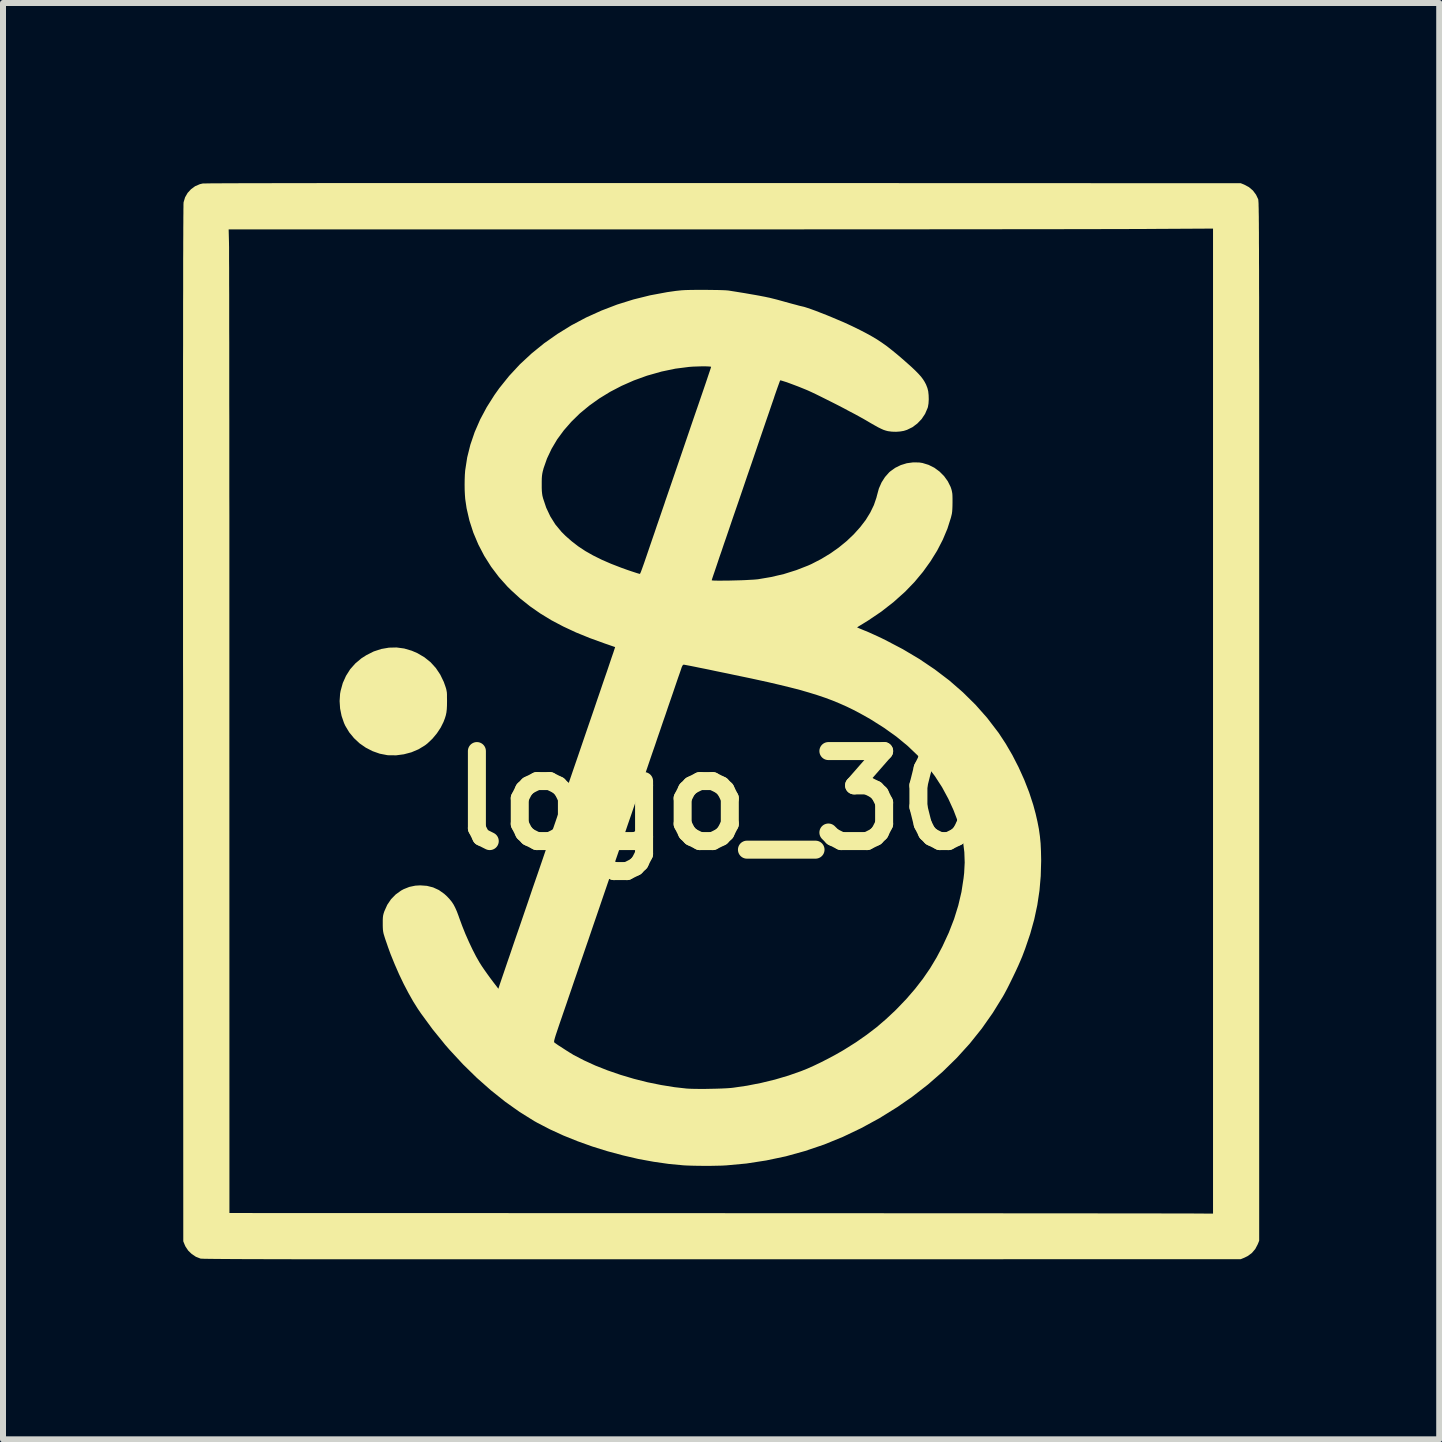
<source format=kicad_pcb>
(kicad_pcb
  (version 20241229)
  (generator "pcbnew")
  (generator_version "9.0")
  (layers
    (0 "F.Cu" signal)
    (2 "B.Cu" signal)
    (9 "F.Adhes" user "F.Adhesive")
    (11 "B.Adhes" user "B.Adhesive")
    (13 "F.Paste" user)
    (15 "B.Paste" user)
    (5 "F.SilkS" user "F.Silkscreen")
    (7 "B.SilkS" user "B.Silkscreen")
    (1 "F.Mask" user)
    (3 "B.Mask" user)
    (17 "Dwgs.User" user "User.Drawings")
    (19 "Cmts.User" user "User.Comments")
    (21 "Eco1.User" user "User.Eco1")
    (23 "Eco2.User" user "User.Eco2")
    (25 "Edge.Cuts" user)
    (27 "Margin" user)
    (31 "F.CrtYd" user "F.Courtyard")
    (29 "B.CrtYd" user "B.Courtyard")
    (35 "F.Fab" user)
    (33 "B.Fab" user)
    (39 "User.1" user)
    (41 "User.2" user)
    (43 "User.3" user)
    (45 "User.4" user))
  (footprint "logo_30"
    (layer "F.Cu")
    (at 8.968 10.287)
    (property "Reference" "logo_30" (at 0 0 0) (layer "F.SilkS") (effects (font (size 1.5 1.5) (thickness 0.3))))
    (attr board_only exclude_from_pos_files exclude_from_bom)
    (fp_poly (pts (xy -5.283 -2.531) (xy -5.157 -2.494) (xy -5.062 -2.453) (xy -4.945 -2.384) (xy -4.843 -2.302) (xy -4.755 -2.205) (xy -4.682 -2.096) (xy -4.623 -1.974) (xy -4.607 -1.929) (xy -4.593 -1.889) (xy -4.583 -1.857) (xy -4.577 -1.828) (xy -4.572 -1.799) (xy -4.57 -1.763) (xy -4.57 -1.718) (xy -4.569 -1.657) (xy -4.569 -1.657) (xy -4.57 -1.58) (xy -4.573 -1.519) (xy -4.579 -1.466) (xy -4.589 -1.418) (xy -4.604 -1.369) (xy -4.625 -1.314) (xy -4.627 -1.308) (xy -4.675 -1.212) (xy -4.738 -1.117) (xy -4.812 -1.028) (xy -4.894 -0.95) (xy -4.938 -0.916) (xy -5.045 -0.851) (xy -5.163 -0.801) (xy -5.288 -0.768) (xy -5.416 -0.751) (xy -5.543 -0.752) (xy -5.566 -0.754) (xy -5.69 -0.778) (xy -5.809 -0.82) (xy -5.922 -0.878) (xy -6.026 -0.95) (xy -6.119 -1.037) (xy -6.199 -1.134) (xy -6.264 -1.242) (xy -6.286 -1.29) (xy -6.326 -1.407) (xy -6.351 -1.531) (xy -6.359 -1.656) (xy -6.351 -1.777) (xy -6.342 -1.826) (xy -6.306 -1.956) (xy -6.252 -2.076) (xy -6.183 -2.185) (xy -6.097 -2.282) (xy -5.996 -2.367) (xy -5.913 -2.42) (xy -5.79 -2.482) (xy -5.664 -2.523) (xy -5.537 -2.545) (xy -5.41 -2.548)) (stroke (width 0) (type solid)) (fill yes) (layer "F.SilkS"))
    (fp_poly (pts (xy -2.582 -10.287) (xy -2.087 -10.287) (xy -1.573 -10.287) (xy -1.039 -10.287) (xy -0.485 -10.287) (xy 0.035 -10.287) (xy 8.657 -10.284) (xy 8.714 -10.261) (xy 8.793 -10.219) (xy 8.86 -10.162) (xy 8.912 -10.092) (xy 8.947 -10.018) (xy 8.948 -10.014) (xy 8.949 -10.01) (xy 8.95 -10.003) (xy 8.95 -9.995) (xy 8.951 -9.985) (xy 8.952 -9.972) (xy 8.953 -9.956) (xy 8.954 -9.936) (xy 8.954 -9.913) (xy 8.955 -9.885) (xy 8.956 -9.852) (xy 8.956 -9.815) (xy 8.957 -9.772) (xy 8.958 -9.723) (xy 8.958 -9.668) (xy 8.959 -9.607) (xy 8.959 -9.538) (xy 8.96 -9.462) (xy 8.96 -9.378) (xy 8.96 -9.286) (xy 8.961 -9.186) (xy 8.961 -9.077) (xy 8.961 -8.958) (xy 8.962 -8.83) (xy 8.962 -8.691) (xy 8.962 -8.542) (xy 8.963 -8.382) (xy 8.963 -8.211) (xy 8.963 -8.028) (xy 8.963 -7.834) (xy 8.963 -7.626) (xy 8.963 -7.406) (xy 8.964 -7.173) (xy 8.964 -6.926) (xy 8.964 -6.665) (xy 8.964 -6.39) (xy 8.964 -6.1) (xy 8.964 -5.794) (xy 8.964 -5.474) (xy 8.964 -5.137) (xy 8.964 -4.784) (xy 8.964 -4.414) (xy 8.964 -4.027) (xy 8.964 -3.623) (xy 8.964 -3.2) (xy 8.964 -2.76) (xy 8.964 -2.3) (xy 8.964 -1.822) (xy 8.964 -1.324) (xy 8.964 -1.315) (xy 8.964 7.337) (xy 8.941 7.395) (xy 8.899 7.475) (xy 8.843 7.541) (xy 8.773 7.593) (xy 8.714 7.622) (xy 8.657 7.645) (xy 0.015 7.647) (xy -0.489 7.647) (xy -0.974 7.647) (xy -1.439 7.647) (xy -1.886 7.647) (xy -2.314 7.647) (xy -2.724 7.647) (xy -3.117 7.647) (xy -3.492 7.647) (xy -3.851 7.647) (xy -4.193 7.647) (xy -4.519 7.647) (xy -4.829 7.647) (xy -5.124 7.647) (xy -5.404 7.647) (xy -5.669 7.647) (xy -5.921 7.647) (xy -6.158 7.647) (xy -6.381 7.646) (xy -6.592 7.646) (xy -6.79 7.646) (xy -6.975 7.646) (xy -7.149 7.646) (xy -7.31 7.645) (xy -7.461 7.645) (xy -7.6 7.645) (xy -7.73 7.644) (xy -7.849 7.644) (xy -7.958 7.644) (xy -8.058 7.643) (xy -8.148 7.643) (xy -8.23 7.642) (xy -8.304 7.642) (xy -8.37 7.641) (xy -8.429 7.641) (xy -8.48 7.64) (xy -8.524 7.64) (xy -8.562 7.639) (xy -8.594 7.639) (xy -8.621 7.638) (xy -8.642 7.637) (xy -8.658 7.636) (xy -8.67 7.636) (xy -8.677 7.635) (xy -8.68 7.634) (xy -8.754 7.605) (xy -8.823 7.559) (xy -8.882 7.502) (xy -8.927 7.435) (xy -8.941 7.404) (xy -8.964 7.347) (xy -8.967 -1.28) (xy -8.967 -1.812) (xy -8.968 -2.324) (xy -8.968 -2.816) (xy -8.968 -3.29) (xy -8.968 -3.745) (xy -8.968 -4.181) (xy -8.968 -4.599) (xy -8.968 -4.999) (xy -8.968 -5.382) (xy -8.968 -5.747) (xy -8.968 -6.094) (xy -8.968 -6.425) (xy -8.968 -6.739) (xy -8.968 -7.037) (xy -8.968 -7.318) (xy -8.967 -7.584) (xy -8.967 -7.834) (xy -8.967 -8.068) (xy -8.967 -8.288) (xy -8.966 -8.493) (xy -8.966 -8.683) (xy -8.966 -8.859) (xy -8.966 -9.021) (xy -8.965 -9.169) (xy -8.965 -9.303) (xy -8.964 -9.424) (xy -8.964 -9.515) (xy -8.208 -9.515) (xy -8.202 -9.284) (xy -8.202 -9.263) (xy -8.201 -9.222) (xy -8.201 -9.162) (xy -8.201 -9.084) (xy -8.201 -8.988) (xy -8.2 -8.875) (xy -8.2 -8.745) (xy -8.2 -8.598) (xy -8.199 -8.436) (xy -8.199 -8.257) (xy -8.199 -8.064) (xy -8.199 -7.857) (xy -8.198 -7.635) (xy -8.198 -7.4) (xy -8.198 -7.152) (xy -8.198 -6.891) (xy -8.198 -6.619) (xy -8.197 -6.334) (xy -8.197 -6.039) (xy -8.197 -5.733) (xy -8.197 -5.417) (xy -8.197 -5.091) (xy -8.196 -4.757) (xy -8.196 -4.413) (xy -8.196 -4.062) (xy -8.196 -3.703) (xy -8.196 -3.336) (xy -8.196 -2.963) (xy -8.196 -2.584) (xy -8.196 -2.199) (xy -8.196 -1.808) (xy -8.196 -1.413) (xy -8.196 -1.089) (xy -8.195 6.876) (xy -0.444 6.878) (xy -0.049 6.878) (xy 0.341 6.879) (xy 0.728 6.879) (xy 1.109 6.879) (xy 1.486 6.879) (xy 1.856 6.879) (xy 2.22 6.879) (xy 2.577 6.879) (xy 2.927 6.88) (xy 3.268 6.88) (xy 3.602 6.88) (xy 3.926 6.88) (xy 4.241 6.88) (xy 4.546 6.88) (xy 4.84 6.881) (xy 5.124 6.881) (xy 5.396 6.881) (xy 5.655 6.881) (xy 5.903 6.881) (xy 6.137 6.881) (xy 6.358 6.882) (xy 6.565 6.882) (xy 6.757 6.882) (xy 6.934 6.882) (xy 7.095 6.882) (xy 7.24 6.882) (xy 7.369 6.883) (xy 7.48 6.883) (xy 7.574 6.883) (xy 7.65 6.883) (xy 7.707 6.883) (xy 7.745 6.883) (xy 7.751 6.883) (xy 8.195 6.886) (xy 8.195 -1.321) (xy 8.195 -9.528) (xy 7.112 -9.522) (xy 7.043 -9.521) (xy 6.956 -9.521) (xy 6.85 -9.521) (xy 6.725 -9.52) (xy 6.584 -9.52) (xy 6.425 -9.52) (xy 6.25 -9.519) (xy 6.06 -9.519) (xy 5.855 -9.519) (xy 5.635 -9.518) (xy 5.401 -9.518) (xy 5.154 -9.518) (xy 4.895 -9.518) (xy 4.623 -9.517) (xy 4.341 -9.517) (xy 4.047 -9.517) (xy 3.743 -9.517) (xy 3.429 -9.516) (xy 3.107 -9.516) (xy 2.776 -9.516) (xy 2.437 -9.516) (xy 2.091 -9.516) (xy 1.738 -9.516) (xy 1.38 -9.515) (xy 1.016 -9.515) (xy 0.647 -9.515) (xy 0.274 -9.515) (xy -0.103 -9.515) (xy -0.482 -9.515) (xy -0.864 -9.515) (xy -1.09 -9.515) (xy -8.208 -9.515) (xy -8.964 -9.515) (xy -8.964 -9.533) (xy -8.963 -9.628) (xy -8.963 -9.711) (xy -8.962 -9.782) (xy -8.962 -9.841) (xy -8.961 -9.889) (xy -8.961 -9.925) (xy -8.96 -9.949) (xy -8.959 -9.963) (xy -8.959 -9.966) (xy -8.934 -10.049) (xy -8.892 -10.122) (xy -8.835 -10.184) (xy -8.767 -10.234) (xy -8.688 -10.268) (xy -8.642 -10.279) (xy -8.629 -10.28) (xy -8.597 -10.28) (xy -8.546 -10.281) (xy -8.476 -10.282) (xy -8.388 -10.282) (xy -8.28 -10.283) (xy -8.153 -10.283) (xy -8.008 -10.284) (xy -7.843 -10.284) (xy -7.659 -10.284) (xy -7.456 -10.285) (xy -7.233 -10.285) (xy -6.992 -10.285) (xy -6.731 -10.286) (xy -6.451 -10.286) (xy -6.152 -10.286) (xy -5.833 -10.286) (xy -5.495 -10.287) (xy -5.137 -10.287) (xy -4.76 -10.287) (xy -4.364 -10.287) (xy -3.948 -10.287) (xy -3.512 -10.287) (xy -3.057 -10.287)) (stroke (width 0) (type solid)) (fill yes) (layer "F.SilkS"))
    (fp_poly (pts (xy -0.278 -8.507) (xy -0.195 -8.506) (xy -0.116 -8.505) (xy -0.044 -8.504) (xy 0.02 -8.502) (xy 0.071 -8.5) (xy 0.106 -8.497) (xy 0.119 -8.496) (xy 0.207 -8.482) (xy 0.3 -8.467) (xy 0.393 -8.452) (xy 0.484 -8.436) (xy 0.566 -8.422) (xy 0.638 -8.409) (xy 0.694 -8.398) (xy 0.695 -8.398) (xy 0.736 -8.39) (xy 0.772 -8.382) (xy 0.807 -8.375) (xy 0.842 -8.366) (xy 0.883 -8.356) (xy 0.93 -8.344) (xy 0.988 -8.328) (xy 1.06 -8.308) (xy 1.136 -8.287) (xy 1.195 -8.271) (xy 1.249 -8.257) (xy 1.295 -8.244) (xy 1.328 -8.236) (xy 1.346 -8.232) (xy 1.384 -8.223) (xy 1.437 -8.206) (xy 1.504 -8.183) (xy 1.581 -8.155) (xy 1.665 -8.122) (xy 1.755 -8.087) (xy 1.847 -8.049) (xy 1.939 -8.01) (xy 2.029 -7.972) (xy 2.113 -7.934) (xy 2.19 -7.898) (xy 2.198 -7.894) (xy 2.316 -7.836) (xy 2.42 -7.782) (xy 2.512 -7.731) (xy 2.596 -7.681) (xy 2.676 -7.628) (xy 2.756 -7.571) (xy 2.838 -7.507) (xy 2.928 -7.434) (xy 3.011 -7.363) (xy 3.1 -7.285) (xy 3.175 -7.218) (xy 3.237 -7.159) (xy 3.288 -7.107) (xy 3.33 -7.06) (xy 3.363 -7.016) (xy 3.39 -6.973) (xy 3.413 -6.929) (xy 3.431 -6.883) (xy 3.435 -6.873) (xy 3.449 -6.818) (xy 3.456 -6.752) (xy 3.458 -6.682) (xy 3.454 -6.614) (xy 3.444 -6.555) (xy 3.439 -6.539) (xy 3.397 -6.441) (xy 3.339 -6.354) (xy 3.268 -6.28) (xy 3.187 -6.219) (xy 3.095 -6.174) (xy 3.041 -6.157) (xy 2.982 -6.147) (xy 2.914 -6.142) (xy 2.844 -6.144) (xy 2.782 -6.152) (xy 2.776 -6.153) (xy 2.742 -6.162) (xy 2.705 -6.174) (xy 2.663 -6.193) (xy 2.614 -6.217) (xy 2.555 -6.25) (xy 2.483 -6.291) (xy 2.436 -6.319) (xy 2.379 -6.352) (xy 2.309 -6.391) (xy 2.227 -6.436) (xy 2.137 -6.483) (xy 2.042 -6.534) (xy 1.944 -6.585) (xy 1.845 -6.635) (xy 1.749 -6.683) (xy 1.659 -6.728) (xy 1.576 -6.769) (xy 1.504 -6.803) (xy 1.445 -6.83) (xy 1.424 -6.839) (xy 1.353 -6.868) (xy 1.281 -6.897) (xy 1.212 -6.923) (xy 1.148 -6.947) (xy 1.091 -6.968) (xy 1.043 -6.983) (xy 1.008 -6.994) (xy 0.987 -6.999) (xy 0.982 -6.998) (xy 0.977 -6.987) (xy 0.967 -6.959) (xy 0.952 -6.918) (xy 0.933 -6.865) (xy 0.911 -6.802) (xy 0.887 -6.733) (xy 0.879 -6.707) (xy 0.842 -6.6) (xy 0.799 -6.474) (xy 0.75 -6.332) (xy 0.696 -6.174) (xy 0.637 -6.002) (xy 0.574 -5.816) (xy 0.506 -5.617) (xy 0.433 -5.406) (xy 0.358 -5.185) (xy 0.279 -4.954) (xy 0.196 -4.714) (xy 0.125 -4.505) (xy 0.083 -4.382) (xy 0.042 -4.264) (xy 0.005 -4.153) (xy -0.031 -4.05) (xy -0.062 -3.957) (xy -0.09 -3.874) (xy -0.114 -3.803) (xy -0.134 -3.745) (xy -0.148 -3.703) (xy -0.156 -3.677) (xy -0.159 -3.668) (xy -0.149 -3.665) (xy -0.123 -3.663) (xy -0.081 -3.662) (xy -0.027 -3.661) (xy 0.036 -3.662) (xy 0.106 -3.662) (xy 0.181 -3.664) (xy 0.258 -3.666) (xy 0.335 -3.668) (xy 0.408 -3.671) (xy 0.476 -3.675) (xy 0.535 -3.678) (xy 0.584 -3.682) (xy 0.614 -3.685) (xy 0.831 -3.722) (xy 1.045 -3.772) (xy 1.252 -3.837) (xy 1.447 -3.913) (xy 1.505 -3.939) (xy 1.664 -4.021) (xy 1.816 -4.113) (xy 1.958 -4.213) (xy 2.089 -4.32) (xy 2.209 -4.434) (xy 2.315 -4.552) (xy 2.408 -4.673) (xy 2.484 -4.797) (xy 2.544 -4.921) (xy 2.586 -5.044) (xy 2.595 -5.08) (xy 2.627 -5.197) (xy 2.672 -5.299) (xy 2.729 -5.388) (xy 2.799 -5.467) (xy 2.819 -5.484) (xy 2.9 -5.542) (xy 2.992 -5.587) (xy 3.092 -5.618) (xy 3.195 -5.632) (xy 3.297 -5.631) (xy 3.354 -5.622) (xy 3.455 -5.591) (xy 3.551 -5.543) (xy 3.637 -5.48) (xy 3.713 -5.404) (xy 3.775 -5.318) (xy 3.822 -5.224) (xy 3.831 -5.198) (xy 3.84 -5.168) (xy 3.846 -5.14) (xy 3.851 -5.11) (xy 3.853 -5.074) (xy 3.854 -5.027) (xy 3.854 -4.966) (xy 3.853 -4.902) (xy 3.851 -4.852) (xy 3.848 -4.811) (xy 3.843 -4.775) (xy 3.834 -4.738) (xy 3.827 -4.71) (xy 3.769 -4.527) (xy 3.692 -4.344) (xy 3.598 -4.162) (xy 3.487 -3.983) (xy 3.362 -3.809) (xy 3.223 -3.642) (xy 3.071 -3.484) (xy 3.064 -3.477) (xy 2.873 -3.306) (xy 2.667 -3.145) (xy 2.448 -2.997) (xy 2.359 -2.942) (xy 2.321 -2.919) (xy 2.29 -2.9) (xy 2.27 -2.887) (xy 2.264 -2.882) (xy 2.274 -2.878) (xy 2.299 -2.867) (xy 2.335 -2.852) (xy 2.381 -2.833) (xy 2.406 -2.823) (xy 2.461 -2.8) (xy 2.527 -2.77) (xy 2.6 -2.737) (xy 2.672 -2.703) (xy 2.733 -2.673) (xy 3.025 -2.52) (xy 3.301 -2.356) (xy 3.559 -2.182) (xy 3.802 -1.997) (xy 4.027 -1.801) (xy 4.237 -1.594) (xy 4.43 -1.376) (xy 4.606 -1.146) (xy 4.622 -1.125) (xy 4.739 -0.947) (xy 4.851 -0.755) (xy 4.955 -0.552) (xy 5.049 -0.344) (xy 5.131 -0.134) (xy 5.199 0.074) (xy 5.239 0.222) (xy 5.269 0.353) (xy 5.293 0.476) (xy 5.31 0.596) (xy 5.322 0.717) (xy 5.328 0.846) (xy 5.331 0.988) (xy 5.331 1.012) (xy 5.324 1.261) (xy 5.303 1.503) (xy 5.267 1.743) (xy 5.216 1.982) (xy 5.149 2.223) (xy 5.065 2.47) (xy 5.016 2.6) (xy 4.986 2.671) (xy 4.949 2.756) (xy 4.906 2.849) (xy 4.86 2.945) (xy 4.813 3.041) (xy 4.768 3.131) (xy 4.725 3.212) (xy 4.693 3.269) (xy 4.525 3.541) (xy 4.341 3.803) (xy 4.14 4.054) (xy 3.923 4.293) (xy 3.69 4.521) (xy 3.442 4.737) (xy 3.179 4.941) (xy 2.932 5.112) (xy 2.634 5.297) (xy 2.331 5.462) (xy 2.025 5.608) (xy 1.714 5.735) (xy 1.398 5.842) (xy 1.077 5.931) (xy 0.75 6) (xy 0.419 6.051) (xy 0.084 6.082) (xy 0.009 6.086) (xy -0.082 6.088) (xy -0.182 6.09) (xy -0.287 6.09) (xy -0.39 6.089) (xy -0.489 6.087) (xy -0.576 6.084) (xy -0.63 6.081) (xy -0.874 6.058) (xy -1.125 6.022) (xy -1.382 5.975) (xy -1.639 5.915) (xy -1.896 5.846) (xy -2.149 5.767) (xy -2.395 5.679) (xy -2.631 5.584) (xy -2.855 5.481) (xy -3.063 5.373) (xy -3.115 5.344) (xy -3.359 5.192) (xy -3.6 5.021) (xy -3.838 4.831) (xy -4.072 4.624) (xy -4.302 4.399) (xy -4.526 4.157) (xy -4.602 4.07) (xy -4.642 4.02) (xy -2.785 4.02) (xy -2.784 4.029) (xy -2.781 4.034) (xy -2.78 4.035) (xy -2.755 4.053) (xy -2.718 4.079) (xy -2.671 4.109) (xy -2.62 4.142) (xy -2.569 4.175) (xy -2.521 4.205) (xy -2.481 4.229) (xy -2.466 4.239) (xy -2.289 4.331) (xy -2.097 4.419) (xy -1.891 4.5) (xy -1.676 4.574) (xy -1.454 4.64) (xy -1.228 4.697) (xy -1.001 4.743) (xy -0.778 4.779) (xy -0.575 4.802) (xy -0.519 4.805) (xy -0.446 4.807) (xy -0.362 4.808) (xy -0.27 4.808) (xy -0.174 4.806) (xy -0.079 4.804) (xy 0.011 4.801) (xy 0.093 4.797) (xy 0.161 4.792) (xy 0.198 4.788) (xy 0.431 4.754) (xy 0.665 4.708) (xy 0.896 4.652) (xy 1.119 4.586) (xy 1.33 4.512) (xy 1.437 4.469) (xy 1.546 4.42) (xy 1.665 4.363) (xy 1.788 4.3) (xy 1.909 4.235) (xy 2.023 4.17) (xy 2.056 4.15) (xy 2.248 4.029) (xy 2.424 3.906) (xy 2.589 3.78) (xy 2.745 3.646) (xy 2.898 3.503) (xy 2.923 3.478) (xy 3.085 3.309) (xy 3.23 3.141) (xy 3.361 2.972) (xy 3.48 2.799) (xy 3.589 2.617) (xy 3.685 2.435) (xy 3.792 2.204) (xy 3.88 1.977) (xy 3.95 1.751) (xy 4.003 1.526) (xy 4.038 1.298) (xy 4.048 1.21) (xy 4.057 1.035) (xy 4.051 0.863) (xy 4.03 0.692) (xy 3.993 0.52) (xy 3.94 0.344) (xy 3.871 0.163) (xy 3.785 -0.025) (xy 3.679 -0.221) (xy 3.559 -0.406) (xy 3.423 -0.583) (xy 3.271 -0.751) (xy 3.103 -0.911) (xy 2.918 -1.063) (xy 2.715 -1.208) (xy 2.494 -1.348) (xy 2.433 -1.383) (xy 2.317 -1.448) (xy 2.203 -1.508) (xy 2.09 -1.563) (xy 1.975 -1.614) (xy 1.857 -1.663) (xy 1.734 -1.709) (xy 1.604 -1.753) (xy 1.465 -1.796) (xy 1.316 -1.839) (xy 1.154 -1.881) (xy 0.978 -1.924) (xy 0.786 -1.969) (xy 0.585 -2.013) (xy 0.503 -2.031) (xy 0.412 -2.05) (xy 0.316 -2.07) (xy 0.215 -2.091) (xy 0.112 -2.113) (xy 0.009 -2.134) (xy -0.093 -2.155) (xy -0.191 -2.176) (xy -0.284 -2.195) (xy -0.37 -2.212) (xy -0.447 -2.228) (xy -0.512 -2.241) (xy -0.565 -2.251) (xy -0.603 -2.258) (xy -0.624 -2.262) (xy -0.628 -2.262) (xy -0.641 -2.253) (xy -0.654 -2.229) (xy -0.658 -2.22) (xy -0.664 -2.202) (xy -0.676 -2.166) (xy -0.694 -2.114) (xy -0.717 -2.049) (xy -0.744 -1.97) (xy -0.775 -1.879) (xy -0.809 -1.779) (xy -0.847 -1.669) (xy -0.887 -1.553) (xy -0.928 -1.431) (xy -0.972 -1.305) (xy -1.016 -1.175) (xy -1.061 -1.045) (xy -1.105 -0.914) (xy -1.15 -0.785) (xy -1.193 -0.659) (xy -1.234 -0.538) (xy -1.274 -0.422) (xy -1.311 -0.314) (xy -1.345 -0.214) (xy -1.364 -0.159) (xy -1.406 -0.037) (xy -1.452 0.098) (xy -1.501 0.242) (xy -1.552 0.389) (xy -1.602 0.536) (xy -1.65 0.677) (xy -1.695 0.808) (xy -1.724 0.893) (xy -1.755 0.983) (xy -1.792 1.089) (xy -1.833 1.209) (xy -1.878 1.34) (xy -1.926 1.48) (xy -1.976 1.626) (xy -2.027 1.776) (xy -2.079 1.928) (xy -2.131 2.079) (xy -2.181 2.226) (xy -2.212 2.317) (xy -2.26 2.456) (xy -2.309 2.599) (xy -2.358 2.741) (xy -2.406 2.882) (xy -2.453 3.018) (xy -2.497 3.148) (xy -2.539 3.27) (xy -2.577 3.382) (xy -2.611 3.481) (xy -2.64 3.565) (xy -2.659 3.621) (xy -2.693 3.719) (xy -2.72 3.799) (xy -2.742 3.865) (xy -2.759 3.916) (xy -2.771 3.956) (xy -2.779 3.985) (xy -2.784 4.006) (xy -2.785 4.02) (xy -4.642 4.02) (xy -4.808 3.816) (xy -5.001 3.553) (xy -5.057 3.471) (xy -5.134 3.348) (xy -5.213 3.208) (xy -5.292 3.057) (xy -5.369 2.896) (xy -5.441 2.731) (xy -5.509 2.564) (xy -5.552 2.446) (xy -5.578 2.37) (xy -5.599 2.31) (xy -5.614 2.262) (xy -5.626 2.222) (xy -5.633 2.188) (xy -5.637 2.156) (xy -5.639 2.123) (xy -5.64 2.084) (xy -5.64 2.049) (xy -5.64 1.993) (xy -5.638 1.951) (xy -5.634 1.919) (xy -5.627 1.889) (xy -5.617 1.858) (xy -5.613 1.847) (xy -5.565 1.74) (xy -5.502 1.647) (xy -5.425 1.568) (xy -5.335 1.503) (xy -5.293 1.48) (xy -5.198 1.442) (xy -5.098 1.421) (xy -5.016 1.416) (xy -4.904 1.424) (xy -4.801 1.45) (xy -4.705 1.494) (xy -4.616 1.557) (xy -4.568 1.601) (xy -4.526 1.646) (xy -4.491 1.689) (xy -4.46 1.736) (xy -4.433 1.788) (xy -4.405 1.851) (xy -4.376 1.928) (xy -4.365 1.96) (xy -4.316 2.093) (xy -4.262 2.228) (xy -4.204 2.359) (xy -4.145 2.484) (xy -4.086 2.599) (xy -4.028 2.701) (xy -3.986 2.767) (xy -3.946 2.825) (xy -3.898 2.893) (xy -3.845 2.966) (xy -3.79 3.039) (xy -3.739 3.105) (xy -3.732 3.115) (xy -3.713 3.139) (xy -3.706 3.115) (xy -3.702 3.103) (xy -3.693 3.075) (xy -3.678 3.031) (xy -3.658 2.972) (xy -3.632 2.896) (xy -3.601 2.805) (xy -3.564 2.696) (xy -3.521 2.572) (xy -3.473 2.43) (xy -3.419 2.272) (xy -3.358 2.096) (xy -3.292 1.903) (xy -3.22 1.693) (xy -3.143 1.465) (xy -3.058 1.22) (xy -2.968 0.957) (xy -2.872 0.675) (xy -2.769 0.376) (xy -2.66 0.058) (xy -2.545 -0.278) (xy -2.467 -0.506) (xy -2.385 -0.744) (xy -2.31 -0.964) (xy -2.241 -1.166) (xy -2.177 -1.352) (xy -2.119 -1.521) (xy -2.067 -1.675) (xy -2.019 -1.814) (xy -1.977 -1.938) (xy -1.939 -2.049) (xy -1.905 -2.147) (xy -1.876 -2.233) (xy -1.851 -2.307) (xy -1.83 -2.37) (xy -1.812 -2.422) (xy -1.797 -2.465) (xy -1.786 -2.499) (xy -1.778 -2.524) (xy -1.772 -2.541) (xy -1.769 -2.551) (xy -1.769 -2.555) (xy -1.769 -2.555) (xy -1.778 -2.558) (xy -1.804 -2.567) (xy -1.842 -2.58) (xy -1.89 -2.597) (xy -1.94 -2.614) (xy -2.188 -2.704) (xy -2.419 -2.798) (xy -2.633 -2.898) (xy -2.832 -3.003) (xy -3.017 -3.116) (xy -3.189 -3.236) (xy -3.351 -3.365) (xy -3.502 -3.503) (xy -3.561 -3.561) (xy -3.704 -3.721) (xy -3.834 -3.893) (xy -3.949 -4.075) (xy -4.048 -4.265) (xy -4.131 -4.462) (xy -4.196 -4.663) (xy -4.243 -4.867) (xy -4.266 -5.023) (xy -4.271 -5.09) (xy -4.275 -5.171) (xy -4.276 -5.258) (xy -4.276 -5.269) (xy -2.991 -5.269) (xy -2.991 -5.204) (xy -2.989 -5.154) (xy -2.985 -5.114) (xy -2.98 -5.079) (xy -2.971 -5.043) (xy -2.968 -5.031) (xy -2.916 -4.876) (xy -2.848 -4.732) (xy -2.764 -4.598) (xy -2.662 -4.475) (xy -2.593 -4.406) (xy -2.49 -4.316) (xy -2.381 -4.232) (xy -2.263 -4.154) (xy -2.134 -4.081) (xy -1.993 -4.011) (xy -1.837 -3.943) (xy -1.664 -3.876) (xy -1.558 -3.838) (xy -1.499 -3.818) (xy -1.447 -3.801) (xy -1.404 -3.787) (xy -1.373 -3.778) (xy -1.357 -3.774) (xy -1.355 -3.774) (xy -1.349 -3.784) (xy -1.338 -3.809) (xy -1.324 -3.847) (xy -1.307 -3.894) (xy -1.294 -3.93) (xy -1.283 -3.961) (xy -1.266 -4.011) (xy -1.244 -4.075) (xy -1.217 -4.154) (xy -1.186 -4.245) (xy -1.151 -4.347) (xy -1.113 -4.457) (xy -1.073 -4.576) (xy -1.03 -4.7) (xy -0.986 -4.829) (xy -0.941 -4.96) (xy -0.938 -4.971) (xy -0.887 -5.119) (xy -0.833 -5.276) (xy -0.777 -5.439) (xy -0.72 -5.606) (xy -0.663 -5.772) (xy -0.607 -5.936) (xy -0.553 -6.094) (xy -0.502 -6.244) (xy -0.455 -6.381) (xy -0.413 -6.503) (xy -0.401 -6.537) (xy -0.363 -6.648) (xy -0.327 -6.753) (xy -0.293 -6.852) (xy -0.262 -6.943) (xy -0.235 -7.023) (xy -0.212 -7.092) (xy -0.193 -7.148) (xy -0.179 -7.19) (xy -0.171 -7.215) (xy -0.169 -7.224) (xy -0.178 -7.228) (xy -0.204 -7.23) (xy -0.243 -7.232) (xy -0.292 -7.233) (xy -0.348 -7.232) (xy -0.408 -7.23) (xy -0.468 -7.228) (xy -0.524 -7.224) (xy -0.536 -7.223) (xy -0.763 -7.194) (xy -0.993 -7.146) (xy -1.226 -7.08) (xy -1.245 -7.074) (xy -1.457 -6.997) (xy -1.659 -6.908) (xy -1.851 -6.808) (xy -2.032 -6.697) (xy -2.2 -6.577) (xy -2.356 -6.448) (xy -2.497 -6.31) (xy -2.623 -6.166) (xy -2.734 -6.015) (xy -2.827 -5.858) (xy -2.903 -5.697) (xy -2.961 -5.532) (xy -2.964 -5.519) (xy -2.975 -5.478) (xy -2.982 -5.443) (xy -2.987 -5.407) (xy -2.99 -5.366) (xy -2.991 -5.315) (xy -2.991 -5.269) (xy -4.276 -5.269) (xy -4.275 -5.345) (xy -4.272 -5.426) (xy -4.267 -5.494) (xy -4.266 -5.502) (xy -4.233 -5.715) (xy -4.18 -5.927) (xy -4.108 -6.138) (xy -4.017 -6.347) (xy -3.907 -6.553) (xy -3.779 -6.755) (xy -3.698 -6.869) (xy -3.534 -7.073) (xy -3.355 -7.266) (xy -3.16 -7.447) (xy -2.952 -7.616) (xy -2.73 -7.772) (xy -2.497 -7.916) (xy -2.252 -8.046) (xy -1.998 -8.161) (xy -1.735 -8.262) (xy -1.463 -8.347) (xy -1.185 -8.416) (xy -0.901 -8.469) (xy -0.754 -8.49) (xy -0.706 -8.495) (xy -0.658 -8.5) (xy -0.605 -8.503) (xy -0.545 -8.505) (xy -0.475 -8.506) (xy -0.392 -8.507) (xy -0.292 -8.507)) (stroke (width 0) (type solid)) (fill yes) (layer "F.SilkS")))
  (gr_rect
    (start -3 -3)
    (end 20.932 20.934)
    (stroke (width 0.1) (type default))
    (fill no)
    (layer "Edge.Cuts")))
</source>
